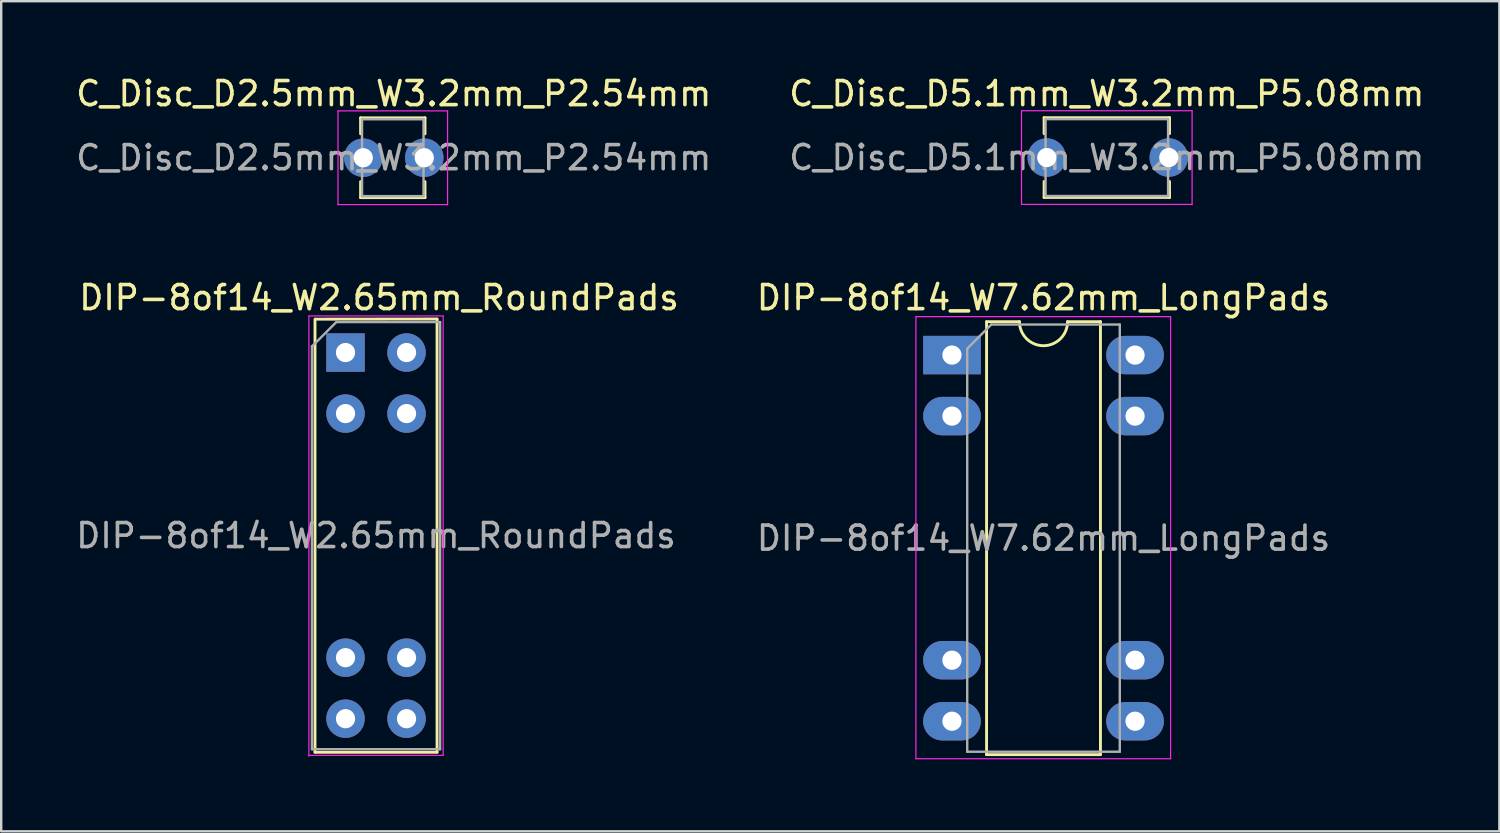
<source format=kicad_pcb>
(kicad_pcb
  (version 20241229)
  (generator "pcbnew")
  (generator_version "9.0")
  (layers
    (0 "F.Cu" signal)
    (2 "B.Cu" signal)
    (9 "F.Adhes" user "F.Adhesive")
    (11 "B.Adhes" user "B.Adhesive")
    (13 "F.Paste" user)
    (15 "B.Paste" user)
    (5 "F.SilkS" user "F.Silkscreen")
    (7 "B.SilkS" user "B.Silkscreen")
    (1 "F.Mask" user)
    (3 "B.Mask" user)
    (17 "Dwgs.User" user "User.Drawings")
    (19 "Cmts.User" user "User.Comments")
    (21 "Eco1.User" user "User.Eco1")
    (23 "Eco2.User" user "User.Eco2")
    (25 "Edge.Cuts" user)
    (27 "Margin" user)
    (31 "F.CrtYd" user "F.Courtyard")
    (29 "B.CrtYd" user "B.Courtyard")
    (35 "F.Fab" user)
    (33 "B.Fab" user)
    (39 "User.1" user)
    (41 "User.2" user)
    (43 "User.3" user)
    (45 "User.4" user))
  (footprint "DIP-8of14_W7.62mm_LongPads"
    (layer "F.Cu")
    (at 36.573 11.729)
    (property "Reference" "DIP-8of14_W7.62mm_LongPads" (at 3.81 -2.39 0) (layer "F.SilkS") (effects (font (size 1 1) (thickness 0.15))))
    (attr through_hole)
    (fp_line (start 1.44 -1.39) (end 1.44 16.63) (stroke (width 0.12) (type solid)) (layer "F.SilkS"))
    (fp_line (start 1.44 16.63) (end 6.18 16.63) (stroke (width 0.12) (type solid)) (layer "F.SilkS"))
    (fp_line (start 2.81 -1.39) (end 1.44 -1.39) (stroke (width 0.12) (type solid)) (layer "F.SilkS"))
    (fp_line (start 6.18 -1.39) (end 4.81 -1.39) (stroke (width 0.12) (type solid)) (layer "F.SilkS"))
    (fp_line (start 6.18 16.63) (end 6.18 -1.39) (stroke (width 0.12) (type solid)) (layer "F.SilkS"))
    (fp_arc (start 4.81 -1.39) (mid 3.81 -0.39) (end 2.81 -1.39) (stroke (width 0.12) (type solid)) (layer "F.SilkS"))
    (fp_line (start -1.5 -1.6) (end -1.5 16.8) (stroke (width 0.05) (type solid)) (layer "F.CrtYd"))
    (fp_line (start -1.5 16.8) (end 9.1 16.8) (stroke (width 0.05) (type solid)) (layer "F.CrtYd"))
    (fp_line (start 9.1 -1.6) (end -1.5 -1.6) (stroke (width 0.05) (type solid)) (layer "F.CrtYd"))
    (fp_line (start 9.1 16.8) (end 9.1 -1.6) (stroke (width 0.05) (type solid)) (layer "F.CrtYd"))
    (fp_line (start 0.635 -0.27) (end 1.635 -1.27) (stroke (width 0.1) (type solid)) (layer "F.Fab"))
    (fp_line (start 0.635 16.51) (end 0.635 -0.27) (stroke (width 0.1) (type solid)) (layer "F.Fab"))
    (fp_line (start 1.635 -1.27) (end 6.985 -1.27) (stroke (width 0.1) (type solid)) (layer "F.Fab"))
    (fp_line (start 6.985 -1.27) (end 6.985 16.51) (stroke (width 0.1) (type solid)) (layer "F.Fab"))
    (fp_line (start 6.985 16.51) (end 0.635 16.51) (stroke (width 0.1) (type solid)) (layer "F.Fab"))
    (fp_text user "${REFERENCE}" (at 3.81 7.62 0) (layer "F.Fab") (effects (font (size 1 1) (thickness 0.15))))
    (pad "1" thru_hole rect (at 0 0) (size 2.4 1.6) (drill 0.8) (layers "*.Cu" "*.Mask"))
    (pad "2" thru_hole oval (at 0 2.54) (size 2.4 1.6) (drill 0.8) (layers "*.Cu" "*.Mask"))
    (pad "6" thru_hole oval (at 0 12.7) (size 2.4 1.6) (drill 0.8) (layers "*.Cu" "*.Mask"))
    (pad "7" thru_hole oval (at 0 15.24) (size 2.4 1.6) (drill 0.8) (layers "*.Cu" "*.Mask"))
    (pad "8" thru_hole oval (at 7.62 15.24) (size 2.4 1.6) (drill 0.8) (layers "*.Cu" "*.Mask"))
    (pad "9" thru_hole oval (at 7.62 12.7) (size 2.4 1.6) (drill 0.8) (layers "*.Cu" "*.Mask"))
    (pad "13" thru_hole oval (at 7.62 2.54) (size 2.4 1.6) (drill 0.8) (layers "*.Cu" "*.Mask"))
    (pad "14" thru_hole oval (at 7.62 0) (size 2.4 1.6) (drill 0.8) (layers "*.Cu" "*.Mask")))
  (footprint "C_Disc_D2.5mm_W3.2mm_P2.54mm"
    (layer "F.Cu")
    (at 12.069 3.515)
    (property "Reference" "C_Disc_D2.5mm_W3.2mm_P2.54mm" (at 1.27 -2.667 0) (layer "F.SilkS") (effects (font (size 1 1) (thickness 0.15))))
    (attr through_hole)
    (fp_line (start -0.11 -1.66) (end -0.11 -0.996) (stroke (width 0.12) (type solid)) (layer "F.SilkS"))
    (fp_line (start -0.11 -1.66) (end 2.57 -1.66) (stroke (width 0.12) (type solid)) (layer "F.SilkS"))
    (fp_line (start -0.11 0.996) (end -0.11 1.66) (stroke (width 0.12) (type solid)) (layer "F.SilkS"))
    (fp_line (start -0.11 1.66) (end 2.57 1.66) (stroke (width 0.12) (type solid)) (layer "F.SilkS"))
    (fp_line (start 2.57 -1.66) (end 2.57 -0.996) (stroke (width 0.12) (type solid)) (layer "F.SilkS"))
    (fp_line (start 2.57 0.996) (end 2.57 1.66) (stroke (width 0.12) (type solid)) (layer "F.SilkS"))
    (fp_line (start -1.05 -1.95) (end -1.05 1.95) (stroke (width 0.05) (type solid)) (layer "F.CrtYd"))
    (fp_line (start -1.05 1.95) (end 3.51 1.95) (stroke (width 0.05) (type solid)) (layer "F.CrtYd"))
    (fp_line (start 3.51 -1.95) (end -1.05 -1.95) (stroke (width 0.05) (type solid)) (layer "F.CrtYd"))
    (fp_line (start 3.51 1.95) (end 3.51 -1.95) (stroke (width 0.05) (type solid)) (layer "F.CrtYd"))
    (fp_line (start -0.05 -1.6) (end -0.05 1.6) (stroke (width 0.1) (type solid)) (layer "F.Fab"))
    (fp_line (start -0.05 1.6) (end 2.51 1.6) (stroke (width 0.1) (type solid)) (layer "F.Fab"))
    (fp_line (start 2.51 -1.6) (end -0.05 -1.6) (stroke (width 0.1) (type solid)) (layer "F.Fab"))
    (fp_line (start 2.51 1.6) (end 2.51 -1.6) (stroke (width 0.1) (type solid)) (layer "F.Fab"))
    (fp_text user "${REFERENCE}" (at 1.27 0 0) (layer "F.Fab") (effects (font (size 1 1) (thickness 0.15))))
    (pad "1" thru_hole circle (at 0 0) (size 1.6 1.6) (drill 0.8) (layers "*.Cu" "*.Mask"))
    (pad "2" thru_hole circle (at 2.54 0) (size 1.6 1.6) (drill 0.8) (layers "*.Cu" "*.Mask")))
  (footprint "DIP-8of14_W2.65mm_RoundPads"
    (layer "F.Cu")
    (at 11.331 11.624)
    (property "Reference" "DIP-8of14_W2.65mm_RoundPads" (at 1.397 -2.286 0) (layer "F.SilkS") (effects (font (size 1 1) (thickness 0.15))))
    (attr through_hole)
    (fp_line (start -1.27 -1.39) (end -1.27 16.63) (stroke (width 0.12) (type solid)) (layer "F.SilkS"))
    (fp_line (start -1.27 16.637) (end 3.81 16.637) (stroke (width 0.12) (type solid)) (layer "F.SilkS"))
    (fp_line (start 3.81 -1.397) (end -1.243 -1.39) (stroke (width 0.12) (type solid)) (layer "F.SilkS"))
    (fp_line (start 3.81 16.63) (end 3.81 -1.39) (stroke (width 0.12) (type solid)) (layer "F.SilkS"))
    (fp_line (start -1.524 -1.524) (end -1.524 16.8) (stroke (width 0.05) (type solid)) (layer "F.CrtYd"))
    (fp_line (start -1.524 16.764) (end 4.064 16.764) (stroke (width 0.05) (type solid)) (layer "F.CrtYd"))
    (fp_line (start 4.064 -1.524) (end -1.524 -1.524) (stroke (width 0.05) (type solid)) (layer "F.CrtYd"))
    (fp_line (start 4.064 16.764) (end 4.064 -1.524) (stroke (width 0.05) (type solid)) (layer "F.CrtYd"))
    (fp_line (start -1.397 -0.254) (end -0.397 -1.254) (stroke (width 0.1) (type solid)) (layer "F.Fab"))
    (fp_line (start -1.397 16.51) (end -1.397 -0.27) (stroke (width 0.1) (type solid)) (layer "F.Fab"))
    (fp_line (start -0.381 -1.27) (end 3.937 -1.27) (stroke (width 0.1) (type solid)) (layer "F.Fab"))
    (fp_line (start 3.937 -1.27) (end 3.937 16.51) (stroke (width 0.1) (type solid)) (layer "F.Fab"))
    (fp_line (start 3.937 16.51) (end -1.397 16.51) (stroke (width 0.1) (type solid)) (layer "F.Fab"))
    (fp_text user "${REFERENCE}" (at 1.27 7.62 0) (layer "F.Fab") (effects (font (size 1 1) (thickness 0.15))))
    (pad "1" thru_hole rect (at 0 0) (size 1.6 1.6) (drill 0.8) (layers "*.Cu" "*.Mask"))
    (pad "2" thru_hole oval (at 0 2.54) (size 1.6 1.6) (drill 0.8) (layers "*.Cu" "*.Mask"))
    (pad "3" thru_hole oval (at 0 12.7) (size 1.6 1.6) (drill 0.8) (layers "*.Cu" "*.Mask"))
    (pad "4" thru_hole oval (at 0 15.24) (size 1.6 1.6) (drill 0.8) (layers "*.Cu" "*.Mask"))
    (pad "5" thru_hole oval (at 2.54 15.24) (size 1.6 1.6) (drill 0.8) (layers "*.Cu" "*.Mask"))
    (pad "6" thru_hole oval (at 2.54 12.7) (size 1.6 1.6) (drill 0.8) (layers "*.Cu" "*.Mask"))
    (pad "7" thru_hole oval (at 2.54 2.54) (size 1.6 1.6) (drill 0.8) (layers "*.Cu" "*.Mask"))
    (pad "8" thru_hole oval (at 2.54 0) (size 1.6 1.6) (drill 0.8) (layers "*.Cu" "*.Mask")))
  (footprint "C_Disc_D5.1mm_W3.2mm_P5.08mm"
    (layer "F.Cu")
    (at 40.518 3.508)
    (property "Reference" "C_Disc_D5.1mm_W3.2mm_P5.08mm" (at 2.5 -2.66 0) (layer "F.SilkS") (effects (font (size 1 1) (thickness 0.15))))
    (attr through_hole)
    (fp_line (start -0.11 -1.66) (end -0.11 -0.996) (stroke (width 0.12) (type solid)) (layer "F.SilkS"))
    (fp_line (start -0.11 -1.66) (end 5.11 -1.66) (stroke (width 0.12) (type solid)) (layer "F.SilkS"))
    (fp_line (start -0.11 0.996) (end -0.11 1.66) (stroke (width 0.12) (type solid)) (layer "F.SilkS"))
    (fp_line (start -0.11 1.66) (end 5.11 1.66) (stroke (width 0.12) (type solid)) (layer "F.SilkS"))
    (fp_line (start 5.11 -1.66) (end 5.11 -0.996) (stroke (width 0.12) (type solid)) (layer "F.SilkS"))
    (fp_line (start 5.11 0.996) (end 5.11 1.66) (stroke (width 0.12) (type solid)) (layer "F.SilkS"))
    (fp_line (start -1.05 -1.95) (end -1.05 1.95) (stroke (width 0.05) (type solid)) (layer "F.CrtYd"))
    (fp_line (start -1.05 1.95) (end 6.05 1.95) (stroke (width 0.05) (type solid)) (layer "F.CrtYd"))
    (fp_line (start 6.05 -1.95) (end -1.05 -1.95) (stroke (width 0.05) (type solid)) (layer "F.CrtYd"))
    (fp_line (start 6.05 1.95) (end 6.05 -1.95) (stroke (width 0.05) (type solid)) (layer "F.CrtYd"))
    (fp_line (start -0.05 -1.6) (end -0.05 1.6) (stroke (width 0.1) (type solid)) (layer "F.Fab"))
    (fp_line (start -0.05 1.6) (end 5.05 1.6) (stroke (width 0.1) (type solid)) (layer "F.Fab"))
    (fp_line (start 5.05 -1.6) (end -0.05 -1.6) (stroke (width 0.1) (type solid)) (layer "F.Fab"))
    (fp_line (start 5.05 1.6) (end 5.05 -1.6) (stroke (width 0.1) (type solid)) (layer "F.Fab"))
    (fp_text user "${REFERENCE}" (at 2.5 0 0) (layer "F.Fab") (effects (font (size 1 1) (thickness 0.15))))
    (pad "1" thru_hole circle (at 0 0) (size 1.6 1.6) (drill 0.8) (layers "*.Cu" "*.Mask"))
    (pad "2" thru_hole circle (at 5.08 0) (size 1.6 1.6) (drill 0.8) (layers "*.Cu" "*.Mask")))
  (gr_rect
    (start -3 -3)
    (end 59.357 31.553)
    (stroke (width 0.1) (type default))
    (fill no)
    (layer "Edge.Cuts")))
</source>
